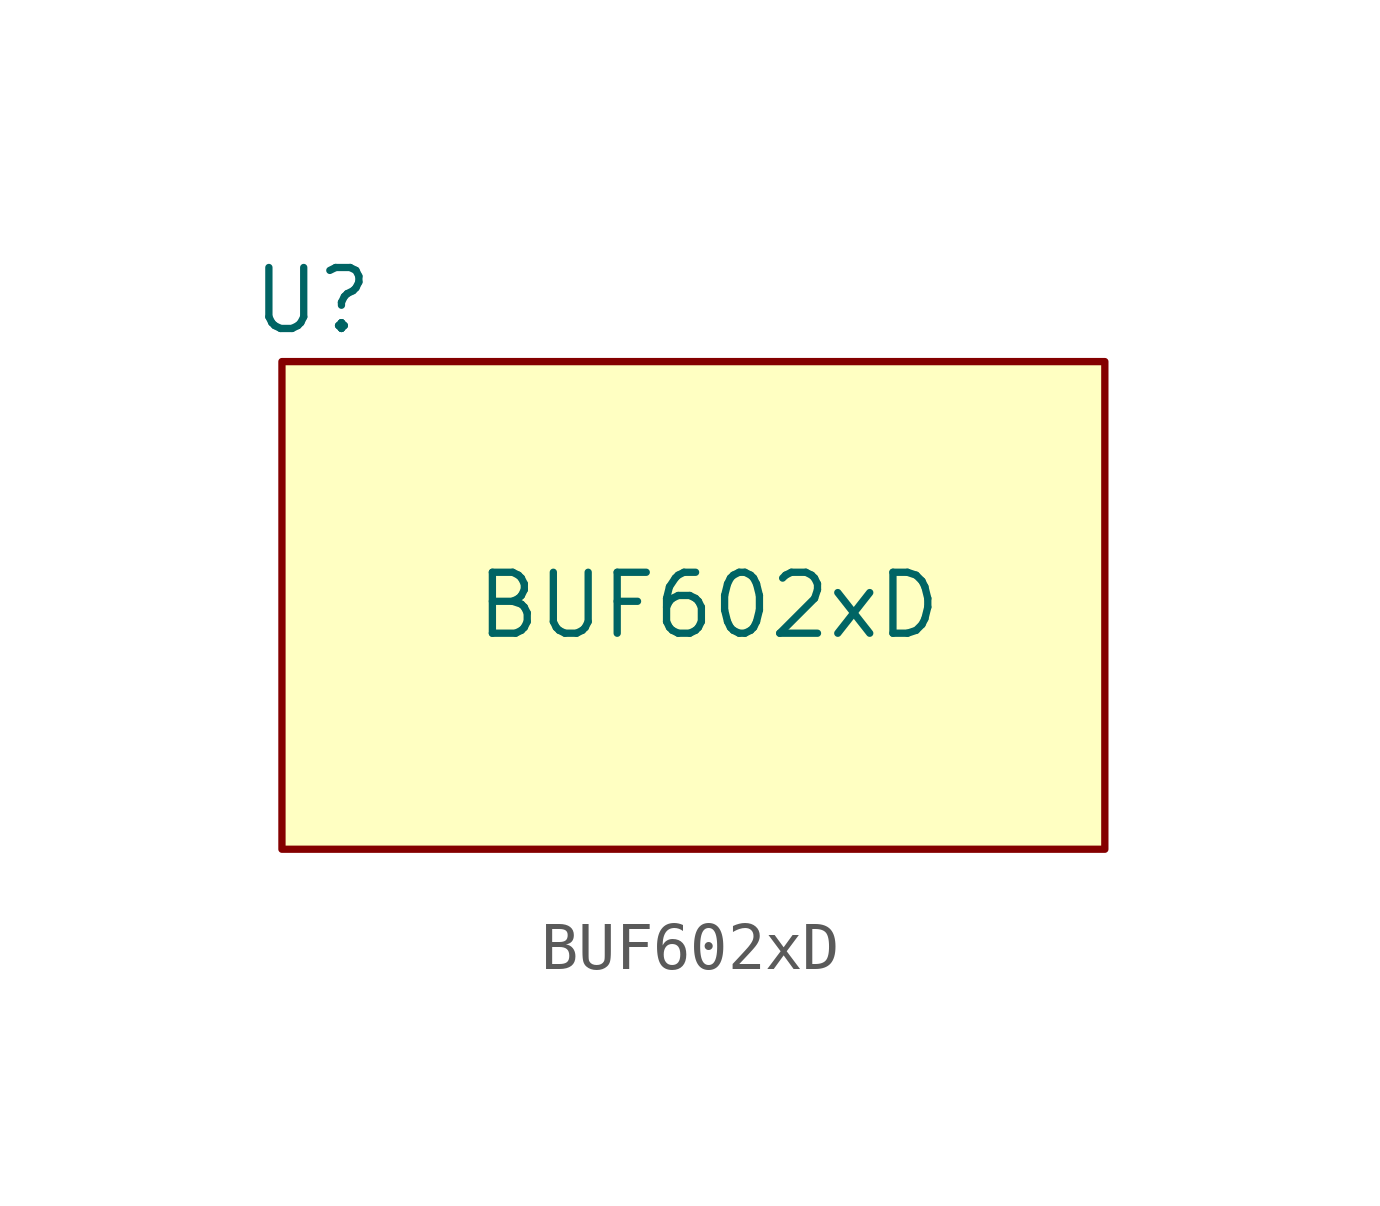
<source format=kicad_sym>
(kicad_symbol_lib
  (version 20211014)
  (generator kicad_symbol_editor)
  (symbol "BUF602xD"
    (pin_names
      (offset 0.127))
    (property "Reference" "U"
      (at -8.255 6.35 0)
      (effects (font (size 1.27 1.27))))
    (property "Value" "BUF602xD"
      (at 0 0 0)
      (effects (font (size 1.27 1.27))))
    (symbol "BUF602xD_0_1"
      (rectangle (start -8.89 5.08) (end 8.255 -5.08) (stroke (width 0) (type default) (color 0 0 0 0)) (fill (type background))))))
</source>
